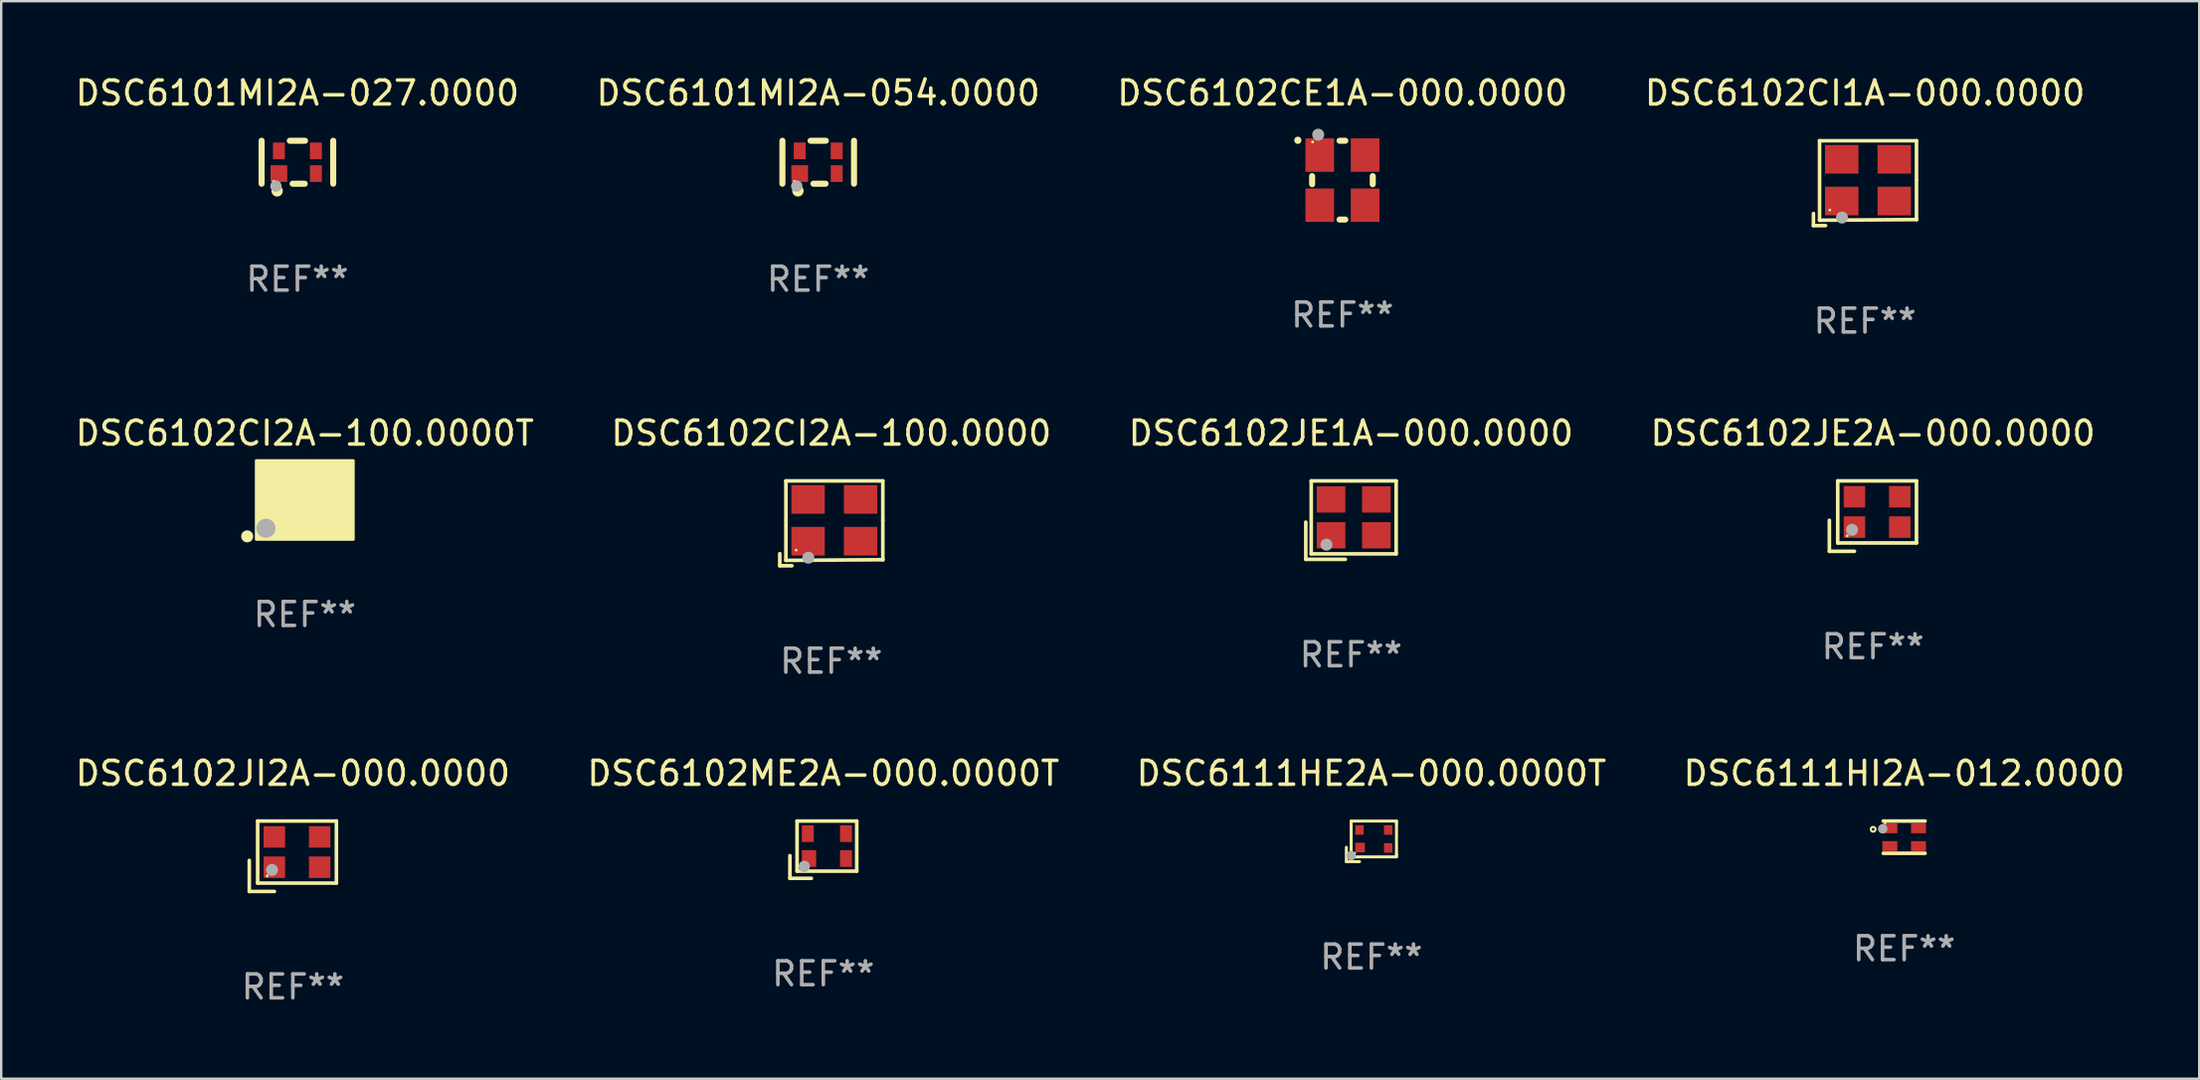
<source format=kicad_pcb>
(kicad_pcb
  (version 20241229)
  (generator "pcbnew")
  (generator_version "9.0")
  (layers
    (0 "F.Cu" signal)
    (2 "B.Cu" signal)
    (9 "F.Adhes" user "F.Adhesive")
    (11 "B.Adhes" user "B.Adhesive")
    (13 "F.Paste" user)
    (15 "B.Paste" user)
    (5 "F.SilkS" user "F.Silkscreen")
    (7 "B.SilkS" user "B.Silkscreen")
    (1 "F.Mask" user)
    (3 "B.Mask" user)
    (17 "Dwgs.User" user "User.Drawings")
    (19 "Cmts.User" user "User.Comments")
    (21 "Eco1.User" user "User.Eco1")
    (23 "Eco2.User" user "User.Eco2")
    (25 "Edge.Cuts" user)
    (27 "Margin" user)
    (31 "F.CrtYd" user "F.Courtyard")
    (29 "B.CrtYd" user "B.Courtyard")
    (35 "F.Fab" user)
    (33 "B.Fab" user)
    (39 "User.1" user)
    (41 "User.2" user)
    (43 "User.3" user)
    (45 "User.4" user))
  (footprint "DSC6111HI2A-012.0000"
    (layer "F.Cu")
    (at 76.732 32.03)
    (property "Reference" "DSC6111HI2A-012.0000" (at 0 -2.676 0) (layer "F.SilkS") (effects (font (size 1 1) (thickness 0.15))))
    (attr through_hole)
    (fp_line (start -0.876 -0.676) (end 0.876 -0.676) (stroke (width 0.152) (type solid)) (layer "F.SilkS"))
    (fp_line (start -0.876 0.676) (end 0.876 0.676) (stroke (width 0.152) (type solid)) (layer "F.SilkS"))
    (fp_circle (center -1.3 -0.33) (end -1.2 -0.33) (stroke (width 0.088) (type solid)) (fill no) (layer "F.SilkS"))
    (fp_circle (center -0.8 -0.6) (end -0.77 -0.6) (stroke (width 0.06) (type solid)) (fill no) (layer "F.SilkS"))
    (fp_circle (center -0.9 -0.35) (end -0.8 -0.35) (stroke (width 0.2) (type solid)) (fill no) (layer "F.Fab"))
    (fp_text user "REF**" (at 0 4.676 0) (layer "F.Fab") (effects (font (size 1 1) (thickness 0.15))))
    (pad "1" smd rect (at -0.6 -0.375) (size 0.625 0.42) (layers "F.Cu" "F.Mask" "F.Paste"))
    (pad "2" smd rect (at -0.6 0.375) (size 0.625 0.42) (layers "F.Cu" "F.Mask" "F.Paste"))
    (pad "3" smd rect (at 0.6 0.375) (size 0.625 0.42) (layers "F.Cu" "F.Mask" "F.Paste"))
    (pad "4" smd rect (at 0.6 -0.375) (size 0.625 0.42) (layers "F.Cu" "F.Mask" "F.Paste")))
  (footprint "DSC6102JI2A-000.0000"
    (layer "F.Cu")
    (at 9.22 32.829)
    (property "Reference" "DSC6102JI2A-000.0000" (at 0 -3.475 0) (layer "F.SilkS") (effects (font (size 1 1) (thickness 0.15))))
    (attr through_hole)
    (fp_line (start -1.825 0.175) (end -1.825 1.475) (stroke (width 0.152) (type solid)) (layer "F.SilkS"))
    (fp_line (start -1.825 1.475) (end -0.775 1.475) (stroke (width 0.152) (type solid)) (layer "F.SilkS"))
    (fp_line (start -1.475 -1.475) (end -1.475 1.125) (stroke (width 0.152) (type solid)) (layer "F.SilkS"))
    (fp_line (start -1.475 1.125) (end 1.825 1.125) (stroke (width 0.152) (type solid)) (layer "F.SilkS"))
    (fp_line (start 1.825 -1.475) (end -1.475 -1.475) (stroke (width 0.152) (type solid)) (layer "F.SilkS"))
    (fp_line (start 1.825 1.125) (end 1.825 -1.475) (stroke (width 0.152) (type solid)) (layer "F.SilkS"))
    (fp_circle (center -1.075 0.825) (end -1.045 0.825) (stroke (width 0.06) (type solid)) (fill no) (layer "F.SilkS"))
    (fp_circle (center -0.875 0.575) (end -0.748 0.575) (stroke (width 0.254) (type solid)) (fill no) (layer "F.Fab"))
    (fp_text user "REF**" (at 0 5.475 0) (layer "F.Fab") (effects (font (size 1 1) (thickness 0.15))))
    (pad "1" smd rect (at -0.775 0.46) (size 0.9 0.9) (layers "F.Cu" "F.Mask" "F.Paste"))
    (pad "2" smd rect (at 1.125 0.46) (size 0.9 0.9) (layers "F.Cu" "F.Mask" "F.Paste"))
    (pad "3" smd rect (at 1.125 -0.81) (size 0.9 0.9) (layers "F.Cu" "F.Mask" "F.Paste"))
    (pad "4" smd rect (at -0.775 -0.81) (size 0.9 0.9) (layers "F.Cu" "F.Mask" "F.Paste")))
  (footprint "DSC6111HE2A-000.0000T"
    (layer "F.Cu")
    (at 54.411 32.204)
    (property "Reference" "DSC6111HE2A-000.0000T" (at 0 -2.85 0) (layer "F.SilkS") (effects (font (size 1 1) (thickness 0.15))))
    (attr through_hole)
    (fp_line (start -1.05 0.25) (end -1.05 0.85) (stroke (width 0.125) (type solid)) (layer "F.SilkS"))
    (fp_line (start -1.05 0.85) (end -0.5 0.85) (stroke (width 0.125) (type solid)) (layer "F.SilkS"))
    (fp_line (start -0.85 -0.85) (end 1.05 -0.85) (stroke (width 0.125) (type solid)) (layer "F.SilkS"))
    (fp_line (start -0.85 -0.75) (end -0.85 -0.85) (stroke (width 0.125) (type solid)) (layer "F.SilkS"))
    (fp_line (start -0.85 -0.75) (end -0.85 0.6) (stroke (width 0.125) (type solid)) (layer "F.SilkS"))
    (fp_line (start -0.85 0.6) (end -0.85 0.65) (stroke (width 0.125) (type solid)) (layer "F.SilkS"))
    (fp_line (start 1.05 -0.85) (end 1.05 -0.75) (stroke (width 0.125) (type solid)) (layer "F.SilkS"))
    (fp_line (start 1.05 -0.75) (end 1.05 0.55) (stroke (width 0.125) (type solid)) (layer "F.SilkS"))
    (fp_line (start 1.05 0.55) (end 1.05 0.65) (stroke (width 0.125) (type solid)) (layer "F.SilkS"))
    (fp_line (start 1.05 0.65) (end -0.85 0.65) (stroke (width 0.125) (type solid)) (layer "F.SilkS"))
    (fp_circle (center -0.7 0.5) (end -0.67 0.5) (stroke (width 0.06) (type solid)) (fill no) (layer "F.SilkS"))
    (fp_circle (center -0.85 0.6) (end -0.75 0.6) (stroke (width 0.2) (type solid)) (fill no) (layer "F.Fab"))
    (fp_text user "REF**" (at 0 4.85 0) (layer "F.Fab") (effects (font (size 1 1) (thickness 0.15))))
    (pad "1" smd rect (at -0.475 0.26) (size 0.4 0.4) (layers "F.Cu" "F.Mask" "F.Paste"))
    (pad "2" smd rect (at 0.7 0.275) (size 0.35 0.4) (layers "F.Cu" "F.Mask" "F.Paste"))
    (pad "3" smd rect (at 0.7 -0.475 180) (size 0.35 0.4) (layers "F.Cu" "F.Mask" "F.Paste"))
    (pad "4" smd rect (at -0.5 -0.475) (size 0.35 0.4) (layers "F.Cu" "F.Mask" "F.Paste")))
  (footprint "DSC6102JE2A-000.0000"
    (layer "F.Cu")
    (at 75.423 18.576)
    (property "Reference" "DSC6102JE2A-000.0000" (at 0 -3.475 0) (layer "F.SilkS") (effects (font (size 1 1) (thickness 0.15))))
    (attr through_hole)
    (fp_line (start -1.825 0.175) (end -1.825 1.475) (stroke (width 0.152) (type solid)) (layer "F.SilkS"))
    (fp_line (start -1.825 1.475) (end -0.775 1.475) (stroke (width 0.152) (type solid)) (layer "F.SilkS"))
    (fp_line (start -1.475 -1.475) (end -1.475 1.125) (stroke (width 0.152) (type solid)) (layer "F.SilkS"))
    (fp_line (start -1.475 1.125) (end 1.825 1.125) (stroke (width 0.152) (type solid)) (layer "F.SilkS"))
    (fp_line (start 1.825 -1.475) (end -1.475 -1.475) (stroke (width 0.152) (type solid)) (layer "F.SilkS"))
    (fp_line (start 1.825 1.125) (end 1.825 -1.475) (stroke (width 0.152) (type solid)) (layer "F.SilkS"))
    (fp_circle (center -1.075 0.825) (end -1.045 0.825) (stroke (width 0.06) (type solid)) (fill no) (layer "F.SilkS"))
    (fp_circle (center -0.875 0.575) (end -0.748 0.575) (stroke (width 0.254) (type solid)) (fill no) (layer "F.Fab"))
    (fp_text user "REF**" (at 0 5.475 0) (layer "F.Fab") (effects (font (size 1 1) (thickness 0.15))))
    (pad "1" smd rect (at -0.775 0.46) (size 0.9 0.9) (layers "F.Cu" "F.Mask" "F.Paste"))
    (pad "2" smd rect (at 1.125 0.46) (size 0.9 0.9) (layers "F.Cu" "F.Mask" "F.Paste"))
    (pad "3" smd rect (at 1.125 -0.81) (size 0.9 0.9) (layers "F.Cu" "F.Mask" "F.Paste"))
    (pad "4" smd rect (at -0.775 -0.81) (size 0.9 0.9) (layers "F.Cu" "F.Mask" "F.Paste")))
  (footprint "DSC6101MI2A-027.0000"
    (layer "F.Cu")
    (at 9.411 3.748)
    (property "Reference" "DSC6101MI2A-027.0000" (at 0 -2.9 0) (layer "F.SilkS") (effects (font (size 1 1) (thickness 0.15))))
    (attr through_hole)
    (fp_line (start -1.5 -0.9) (end -1.5 0.9) (stroke (width 0.254) (type solid)) (layer "F.SilkS"))
    (fp_line (start -0.319 -0.9) (end 0.319 -0.9) (stroke (width 0.254) (type solid)) (layer "F.SilkS"))
    (fp_line (start -0.2 0.9) (end 0.308 0.9) (stroke (width 0.254) (type solid)) (layer "F.SilkS"))
    (fp_line (start 1.5 -0.9) (end 1.5 0.9) (stroke (width 0.254) (type solid)) (layer "F.SilkS"))
    (fp_circle (center -1 0.8) (end -0.97 0.8) (stroke (width 0.06) (type solid)) (fill no) (layer "F.SilkS"))
    (fp_circle (center -0.85 1.2) (end -0.73 1.2) (stroke (width 0.24) (type solid)) (fill no) (layer "F.SilkS"))
    (fp_circle (center -0.9 1) (end -0.78 1) (stroke (width 0.24) (type solid)) (fill no) (layer "F.Fab"))
    (fp_text user "REF**" (at 0 4.9 0) (layer "F.Fab") (effects (font (size 1 1) (thickness 0.15))))
    (pad "1" smd rect (at -0.775 0.475 90) (size 0.7 0.7) (layers "F.Cu" "F.Mask" "F.Paste"))
    (pad "2" smd rect (at 0.775 0.475) (size 0.5 0.7) (layers "F.Cu" "F.Mask" "F.Paste"))
    (pad "3" smd rect (at 0.775 -0.475) (size 0.5 0.7) (layers "F.Cu" "F.Mask" "F.Paste"))
    (pad "4" smd rect (at -0.775 -0.475) (size 0.5 0.7) (layers "F.Cu" "F.Mask" "F.Paste")))
  (footprint "DSC6102ME2A-000.0000T"
    (layer "F.Cu")
    (at 31.446 32.554)
    (property "Reference" "DSC6102ME2A-000.0000T" (at 0 -3.2 0) (layer "F.SilkS") (effects (font (size 1 1) (thickness 0.15))))
    (attr through_hole)
    (fp_line (start -1.4 0.25) (end -1.4 1.2) (stroke (width 0.152) (type solid)) (layer "F.SilkS"))
    (fp_line (start -1.4 1.2) (end -0.5 1.2) (stroke (width 0.152) (type solid)) (layer "F.SilkS"))
    (fp_line (start -1.1 -1.2) (end -1.1 0.9) (stroke (width 0.152) (type solid)) (layer "F.SilkS"))
    (fp_line (start -1.1 -1.2) (end 1.4 -1.2) (stroke (width 0.152) (type solid)) (layer "F.SilkS"))
    (fp_line (start -1.1 0.9) (end 1.4 0.9) (stroke (width 0.152) (type solid)) (layer "F.SilkS"))
    (fp_line (start 1.4 0.9) (end 1.4 -1.2) (stroke (width 0.152) (type solid)) (layer "F.SilkS"))
    (fp_circle (center -0.85 0.65) (end -0.82 0.65) (stroke (width 0.06) (type solid)) (fill no) (layer "F.SilkS"))
    (fp_circle (center -0.8 0.7) (end -0.68 0.7) (stroke (width 0.24) (type solid)) (fill no) (layer "F.Fab"))
    (fp_text user "REF**" (at 0 5.2 0) (layer "F.Fab") (effects (font (size 1 1) (thickness 0.15))))
    (pad "1" smd rect (at -0.6 0.37) (size 0.6 0.7) (layers "F.Cu" "F.Mask" "F.Paste"))
    (pad "2" smd rect (at 0.95 0.37) (size 0.5 0.7) (layers "F.Cu" "F.Mask" "F.Paste"))
    (pad "3" smd rect (at 0.95 -0.67) (size 0.5 0.7) (layers "F.Cu" "F.Mask" "F.Paste"))
    (pad "4" smd rect (at -0.65 -0.67) (size 0.5 0.7) (layers "F.Cu" "F.Mask" "F.Paste")))
  (footprint "DSC6101MI2A-054.0000"
    (layer "F.Cu")
    (at 31.232 3.748)
    (property "Reference" "DSC6101MI2A-054.0000" (at 0 -2.9 0) (layer "F.SilkS") (effects (font (size 1 1) (thickness 0.15))))
    (attr through_hole)
    (fp_line (start -1.5 -0.9) (end -1.5 0.9) (stroke (width 0.254) (type solid)) (layer "F.SilkS"))
    (fp_line (start -0.319 -0.9) (end 0.319 -0.9) (stroke (width 0.254) (type solid)) (layer "F.SilkS"))
    (fp_line (start -0.2 0.9) (end 0.308 0.9) (stroke (width 0.254) (type solid)) (layer "F.SilkS"))
    (fp_line (start 1.5 -0.9) (end 1.5 0.9) (stroke (width 0.254) (type solid)) (layer "F.SilkS"))
    (fp_circle (center -1 0.8) (end -0.97 0.8) (stroke (width 0.06) (type solid)) (fill no) (layer "F.SilkS"))
    (fp_circle (center -0.85 1.2) (end -0.73 1.2) (stroke (width 0.24) (type solid)) (fill no) (layer "F.SilkS"))
    (fp_circle (center -0.9 1) (end -0.78 1) (stroke (width 0.24) (type solid)) (fill no) (layer "F.Fab"))
    (fp_text user "REF**" (at 0 4.9 0) (layer "F.Fab") (effects (font (size 1 1) (thickness 0.15))))
    (pad "1" smd rect (at -0.775 0.475 90) (size 0.7 0.7) (layers "F.Cu" "F.Mask" "F.Paste"))
    (pad "2" smd rect (at 0.775 0.475) (size 0.5 0.7) (layers "F.Cu" "F.Mask" "F.Paste"))
    (pad "3" smd rect (at 0.775 -0.475) (size 0.5 0.7) (layers "F.Cu" "F.Mask" "F.Paste"))
    (pad "4" smd rect (at -0.775 -0.475) (size 0.5 0.7) (layers "F.Cu" "F.Mask" "F.Paste")))
  (footprint "DSC6102CI2A-100.0000T"
    (layer "F.Cu")
    (at 9.72 17.901)
    (property "Reference" "DSC6102CI2A-100.0000T" (at 0 -2.8 0) (layer "F.SilkS") (effects (font (size 1 1) (thickness 0.15))))
    (attr through_hole)
    (fp_circle (center -2.413 1.524) (end -2.286 1.524) (stroke (width 0.254) (type solid)) (fill no) (layer "F.SilkS"))
    (fp_circle (center -1.6 1.25) (end -1.57 1.25) (stroke (width 0.06) (type solid)) (fill no) (layer "F.SilkS"))
    (fp_poly (pts (xy -2.032 -1.651) (xy 2.032 -1.651) (xy 2.032 1.651) (xy -2.032 1.651)) (stroke (width 0.12) (type solid)) (fill yes) (layer "F.SilkS"))
    (fp_circle (center -1.627 1.185) (end -1.427 1.185) (stroke (width 0.4) (type solid)) (fill no) (layer "F.Fab"))
    (fp_text user "REF**" (at 0 4.8 0) (layer "F.Fab") (effects (font (size 1 1) (thickness 0.15))))
    (pad "1" smd rect (at -1.05 0.8) (size 1.4 1.2) (layers "F.Cu" "F.Mask" "F.Paste"))
    (pad "2" smd rect (at 1.05 0.8) (size 1.4 1.2) (layers "F.Cu" "F.Mask" "F.Paste"))
    (pad "3" smd rect (at 1.05 -0.8) (size 1.4 1.2) (layers "F.Cu" "F.Mask" "F.Paste"))
    (pad "4" smd rect (at -1.05 -0.8) (size 1.4 1.2) (layers "F.Cu" "F.Mask" "F.Paste")))
  (footprint "DSC6102CE1A-000.0000"
    (layer "F.Cu")
    (at 53.196 4.499)
    (property "Reference" "DSC6102CE1A-000.0000" (at 0 -3.651 0) (layer "F.SilkS") (effects (font (size 1 1) (thickness 0.15))))
    (attr through_hole)
    (fp_line (start -1.27 -0.169) (end -1.27 0.169) (stroke (width 0.254) (type solid)) (layer "F.SilkS"))
    (fp_line (start 0.119 -1.651) (end -0.119 -1.651) (stroke (width 0.254) (type solid)) (layer "F.SilkS"))
    (fp_line (start 0.119 1.651) (end -0.119 1.651) (stroke (width 0.254) (type solid)) (layer "F.SilkS"))
    (fp_line (start 1.27 -0.169) (end 1.27 0.169) (stroke (width 0.254) (type solid)) (layer "F.SilkS"))
    (fp_arc (start -1.868631 -1.669799) (mid -1.868636 -1.671069) (end -1.868631 -1.672339) (stroke (width 0.3) (type solid)) (layer "F.SilkS"))
    (fp_circle (center -1.25 -1.6) (end -1.22 -1.6) (stroke (width 0.06) (type solid)) (fill no) (layer "F.SilkS"))
    (fp_circle (center -1.016 -1.905) (end -0.889 -1.905) (stroke (width 0.254) (type solid)) (fill no) (layer "F.Fab"))
    (fp_text user "REF**" (at 0 5.651 0) (layer "F.Fab") (effects (font (size 1 1) (thickness 0.15))))
    (pad "1" smd rect (at -0.95 -1.05 90) (size 1.4 1.2) (layers "F.Cu" "F.Mask" "F.Paste"))
    (pad "2" smd rect (at -0.95 1.05 90) (size 1.4 1.2) (layers "F.Cu" "F.Mask" "F.Paste"))
    (pad "3" smd rect (at 0.95 1.05 90) (size 1.4 1.2) (layers "F.Cu" "F.Mask" "F.Paste"))
    (pad "4" smd rect (at 0.95 -1.05 90) (size 1.4 1.2) (layers "F.Cu" "F.Mask" "F.Paste")))
  (footprint "DSC6102JE1A-000.0000"
    (layer "F.Cu")
    (at 53.554 18.744)
    (property "Reference" "DSC6102JE1A-000.0000" (at 0 -3.643 0) (layer "F.SilkS") (effects (font (size 1 1) (thickness 0.15))))
    (attr through_hole)
    (fp_line (start -1.893 0.086) (end -1.893 1.643) (stroke (width 0.152) (type solid)) (layer "F.SilkS"))
    (fp_line (start -1.893 1.643) (end -0.237 1.643) (stroke (width 0.152) (type solid)) (layer "F.SilkS"))
    (fp_line (start -1.665 -1.643) (end 1.893 -1.643) (stroke (width 0.152) (type solid)) (layer "F.SilkS"))
    (fp_line (start -1.665 1.414) (end -1.665 -1.643) (stroke (width 0.152) (type solid)) (layer "F.SilkS"))
    (fp_line (start 1.893 -1.643) (end 1.893 1.414) (stroke (width 0.152) (type solid)) (layer "F.SilkS"))
    (fp_line (start 1.893 1.414) (end -1.665 1.414) (stroke (width 0.152) (type solid)) (layer "F.SilkS"))
    (fp_circle (center -1.136 0.885) (end -1.106 0.885) (stroke (width 0.06) (type solid)) (fill no) (layer "F.SilkS"))
    (fp_circle (center -1.029 1.028) (end -0.902 1.028) (stroke (width 0.254) (type solid)) (fill no) (layer "F.Fab"))
    (fp_text user "REF**" (at 0 5.643 0) (layer "F.Fab") (effects (font (size 1 1) (thickness 0.15))))
    (pad "1" smd rect (at -0.836 0.636) (size 1.2 1.1) (layers "F.Cu" "F.Mask" "F.Paste"))
    (pad "2" smd rect (at 1.064 0.636) (size 1.2 1.1) (layers "F.Cu" "F.Mask" "F.Paste"))
    (pad "3" smd rect (at 1.064 -0.865) (size 1.2 1.1) (layers "F.Cu" "F.Mask" "F.Paste"))
    (pad "4" smd rect (at -0.836 -0.865) (size 1.2 1.1) (layers "F.Cu" "F.Mask" "F.Paste")))
  (footprint "DSC6102CI1A-000.0000"
    (layer "F.Cu")
    (at 75.089 4.626)
    (property "Reference" "DSC6102CI1A-000.0000" (at 0 -3.778 0) (layer "F.SilkS") (effects (font (size 1 1) (thickness 0.15))))
    (attr through_hole)
    (fp_line (start -2.159 1.27) (end -2.159 1.778) (stroke (width 0.152) (type solid)) (layer "F.SilkS"))
    (fp_line (start -2.159 1.778) (end -1.651 1.778) (stroke (width 0.152) (type solid)) (layer "F.SilkS"))
    (fp_line (start -1.902 -1.778) (end 2.159 -1.778) (stroke (width 0.152) (type solid)) (layer "F.SilkS"))
    (fp_line (start -1.902 1.552) (end -1.902 -1.778) (stroke (width 0.152) (type solid)) (layer "F.SilkS"))
    (fp_line (start 2.159 -1.778) (end 2.159 -0.127) (stroke (width 0.152) (type solid)) (layer "F.SilkS"))
    (fp_line (start 2.159 -0.127) (end 2.159 1.524) (stroke (width 0.152) (type solid)) (layer "F.SilkS"))
    (fp_line (start 2.159 1.524) (end -1.902 1.552) (stroke (width 0.152) (type solid)) (layer "F.SilkS"))
    (fp_line (start 2.159 1.524) (end 2.159 1.524) (stroke (width 0.152) (type solid)) (layer "F.SilkS"))
    (fp_circle (center -1.473 1.123) (end -1.443 1.123) (stroke (width 0.06) (type solid)) (fill no) (layer "F.SilkS"))
    (fp_circle (center -0.961 1.44) (end -0.834 1.44) (stroke (width 0.254) (type solid)) (fill no) (layer "F.Fab"))
    (fp_text user "REF**" (at 0 5.778 0) (layer "F.Fab") (effects (font (size 1 1) (thickness 0.15))))
    (pad "1" smd rect (at -0.973 0.748) (size 1.4 1.2) (layers "F.Cu" "F.Mask" "F.Paste"))
    (pad "2" smd rect (at 1.227 0.748) (size 1.4 1.2) (layers "F.Cu" "F.Mask" "F.Paste"))
    (pad "3" smd rect (at 1.227 -1.002) (size 1.4 1.2) (layers "F.Cu" "F.Mask" "F.Paste"))
    (pad "4" smd rect (at -0.973 -1.002) (size 1.4 1.2) (layers "F.Cu" "F.Mask" "F.Paste")))
  (footprint "DSC6102CI2A-100.0000"
    (layer "F.Cu")
    (at 31.78 18.879)
    (property "Reference" "DSC6102CI2A-100.0000" (at 0 -3.778 0) (layer "F.SilkS") (effects (font (size 1 1) (thickness 0.15))))
    (attr through_hole)
    (fp_line (start -2.159 1.27) (end -2.159 1.778) (stroke (width 0.152) (type solid)) (layer "F.SilkS"))
    (fp_line (start -2.159 1.778) (end -1.651 1.778) (stroke (width 0.152) (type solid)) (layer "F.SilkS"))
    (fp_line (start -1.902 -1.778) (end 2.159 -1.778) (stroke (width 0.152) (type solid)) (layer "F.SilkS"))
    (fp_line (start -1.902 1.552) (end -1.902 -1.778) (stroke (width 0.152) (type solid)) (layer "F.SilkS"))
    (fp_line (start 2.159 -1.778) (end 2.159 -0.127) (stroke (width 0.152) (type solid)) (layer "F.SilkS"))
    (fp_line (start 2.159 -0.127) (end 2.159 1.524) (stroke (width 0.152) (type solid)) (layer "F.SilkS"))
    (fp_line (start 2.159 1.524) (end -1.902 1.552) (stroke (width 0.152) (type solid)) (layer "F.SilkS"))
    (fp_line (start 2.159 1.524) (end 2.159 1.524) (stroke (width 0.152) (type solid)) (layer "F.SilkS"))
    (fp_circle (center -1.473 1.123) (end -1.443 1.123) (stroke (width 0.06) (type solid)) (fill no) (layer "F.SilkS"))
    (fp_circle (center -0.961 1.44) (end -0.834 1.44) (stroke (width 0.254) (type solid)) (fill no) (layer "F.Fab"))
    (fp_text user "REF**" (at 0 5.778 0) (layer "F.Fab") (effects (font (size 1 1) (thickness 0.15))))
    (pad "1" smd rect (at -0.973 0.748) (size 1.4 1.2) (layers "F.Cu" "F.Mask" "F.Paste"))
    (pad "2" smd rect (at 1.227 0.748) (size 1.4 1.2) (layers "F.Cu" "F.Mask" "F.Paste"))
    (pad "3" smd rect (at 1.227 -1.002) (size 1.4 1.2) (layers "F.Cu" "F.Mask" "F.Paste"))
    (pad "4" smd rect (at -0.973 -1.002) (size 1.4 1.2) (layers "F.Cu" "F.Mask" "F.Paste")))
  (gr_rect
    (start -3 -3)
    (end 89.095 42.152)
    (stroke (width 0.1) (type default))
    (fill no)
    (layer "Edge.Cuts")))
</source>
